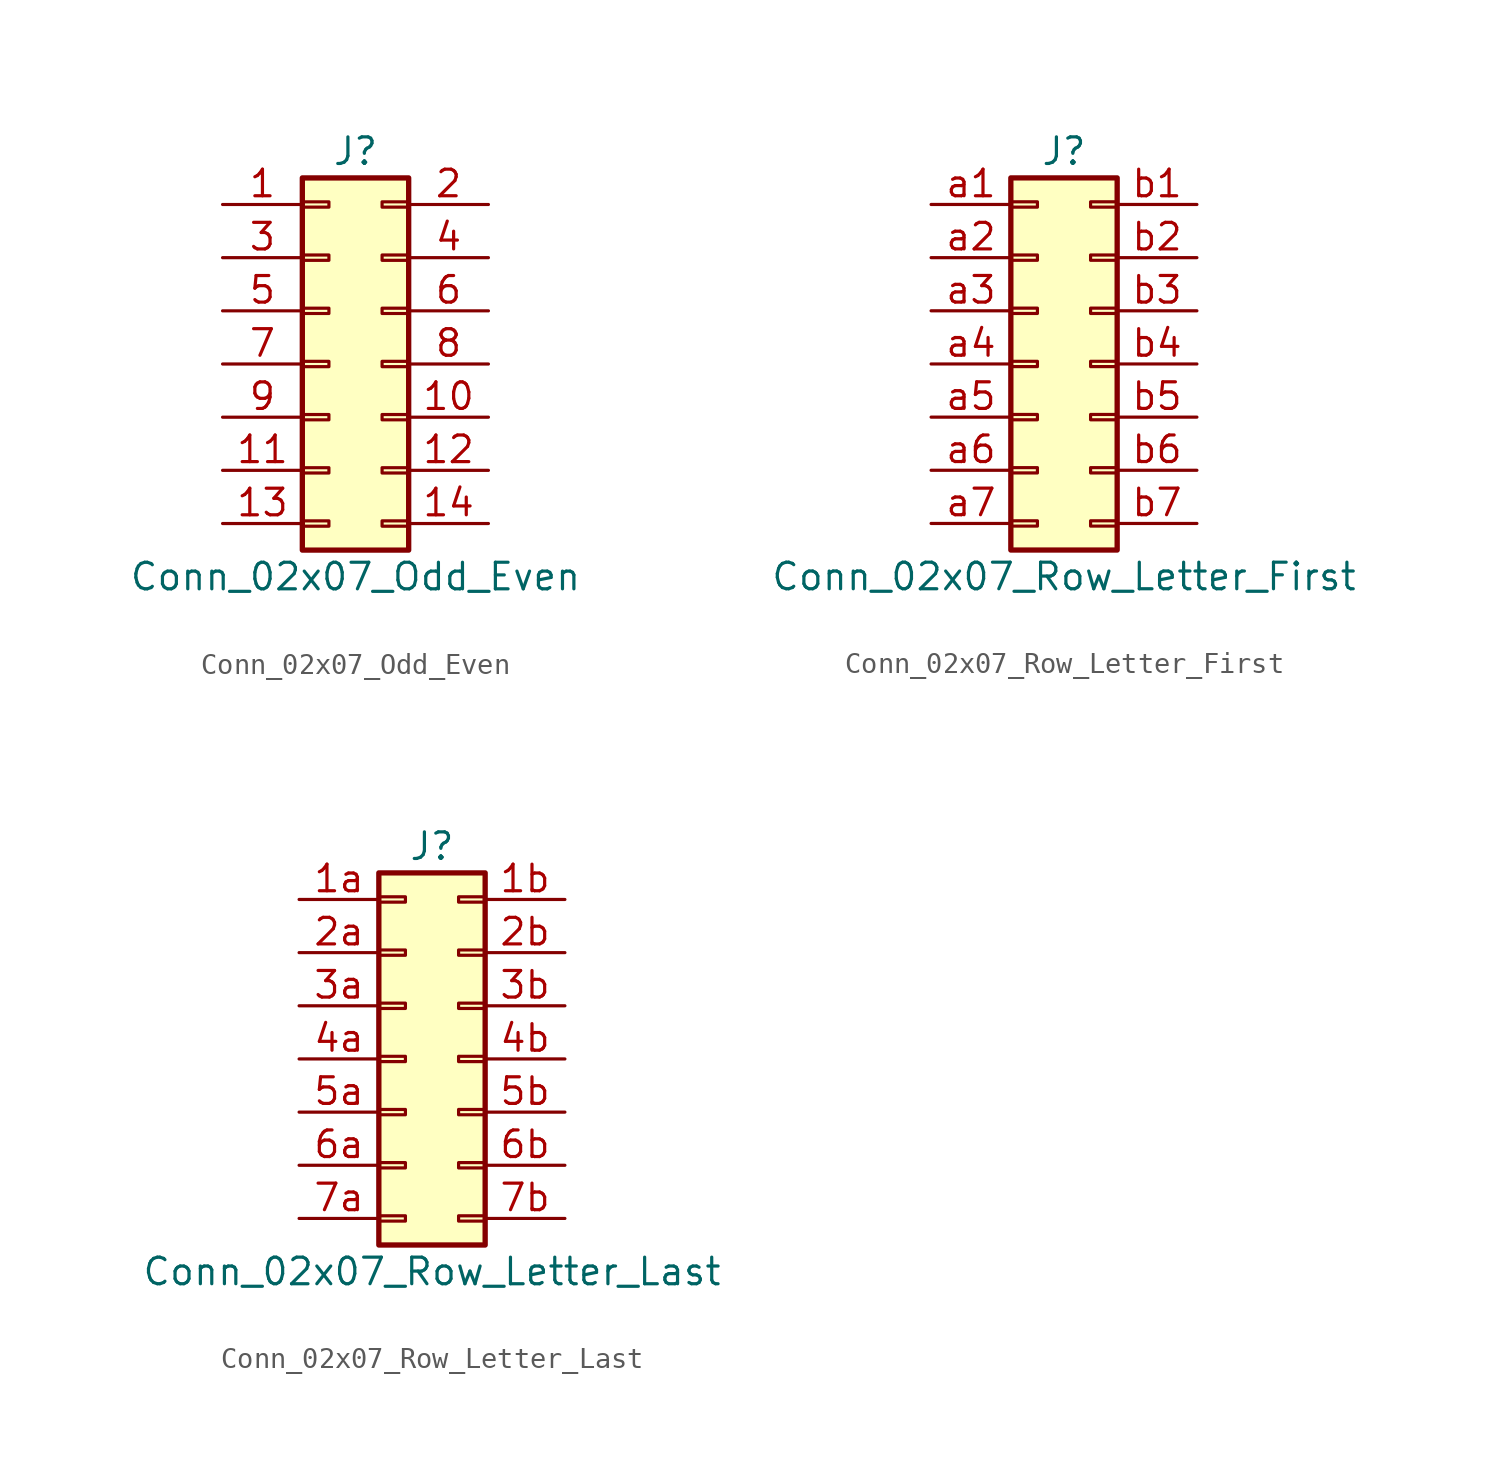
<source format=kicad_sym>
(kicad_symbol_lib
  (version 20211014)
  (generator kicad_symbol_editor)
  (symbol "Conn_02x07_Odd_Even"
    (pin_names
      (offset 1.016) hide)
    (property "Reference" "J"
      (at 1.27 10.16 0)
      (effects (font (size 1.27 1.27))))
    (property "Value" "Conn_02x07_Odd_Even"
      (at 1.27 -10.16 0)
      (effects (font (size 1.27 1.27))))
    (symbol "Conn_02x07_Odd_Even_1_1"
      (rectangle (start -1.27 -7.493) (end 0 -7.747) (stroke (width 0.152) (type default) (color 0 0 0 0)) (fill (type none)))
      (rectangle (start -1.27 -4.953) (end 0 -5.207) (stroke (width 0.152) (type default) (color 0 0 0 0)) (fill (type none)))
      (rectangle (start -1.27 -2.413) (end 0 -2.667) (stroke (width 0.152) (type default) (color 0 0 0 0)) (fill (type none)))
      (rectangle (start -1.27 0.127) (end 0 -0.127) (stroke (width 0.152) (type default) (color 0 0 0 0)) (fill (type none)))
      (rectangle (start -1.27 2.667) (end 0 2.413) (stroke (width 0.152) (type default) (color 0 0 0 0)) (fill (type none)))
      (rectangle (start -1.27 5.207) (end 0 4.953) (stroke (width 0.152) (type default) (color 0 0 0 0)) (fill (type none)))
      (rectangle (start -1.27 7.747) (end 0 7.493) (stroke (width 0.152) (type default) (color 0 0 0 0)) (fill (type none)))
      (rectangle (start -1.27 8.89) (end 3.81 -8.89) (stroke (width 0.254) (type default) (color 0 0 0 0)) (fill (type background)))
      (rectangle (start 3.81 -7.493) (end 2.54 -7.747) (stroke (width 0.152) (type default) (color 0 0 0 0)) (fill (type none)))
      (rectangle (start 3.81 -4.953) (end 2.54 -5.207) (stroke (width 0.152) (type default) (color 0 0 0 0)) (fill (type none)))
      (rectangle (start 3.81 -2.413) (end 2.54 -2.667) (stroke (width 0.152) (type default) (color 0 0 0 0)) (fill (type none)))
      (rectangle (start 3.81 0.127) (end 2.54 -0.127) (stroke (width 0.152) (type default) (color 0 0 0 0)) (fill (type none)))
      (rectangle (start 3.81 2.667) (end 2.54 2.413) (stroke (width 0.152) (type default) (color 0 0 0 0)) (fill (type none)))
      (rectangle (start 3.81 5.207) (end 2.54 4.953) (stroke (width 0.152) (type default) (color 0 0 0 0)) (fill (type none)))
      (rectangle (start 3.81 7.747) (end 2.54 7.493) (stroke (width 0.152) (type default) (color 0 0 0 0)) (fill (type none)))
      (pin passive line (at -5.08 7.62 0) (length 3.81) (name "Pin_1" (effects (font (size 1.27 1.27)))) (number "1" (effects (font (size 1.27 1.27)))))
      (pin passive line (at 7.62 -2.54 180) (length 3.81) (name "Pin_10" (effects (font (size 1.27 1.27)))) (number "10" (effects (font (size 1.27 1.27)))))
      (pin passive line (at -5.08 -5.08 0) (length 3.81) (name "Pin_11" (effects (font (size 1.27 1.27)))) (number "11" (effects (font (size 1.27 1.27)))))
      (pin passive line (at 7.62 -5.08 180) (length 3.81) (name "Pin_12" (effects (font (size 1.27 1.27)))) (number "12" (effects (font (size 1.27 1.27)))))
      (pin passive line (at -5.08 -7.62 0) (length 3.81) (name "Pin_13" (effects (font (size 1.27 1.27)))) (number "13" (effects (font (size 1.27 1.27)))))
      (pin passive line (at 7.62 -7.62 180) (length 3.81) (name "Pin_14" (effects (font (size 1.27 1.27)))) (number "14" (effects (font (size 1.27 1.27)))))
      (pin passive line (at 7.62 7.62 180) (length 3.81) (name "Pin_2" (effects (font (size 1.27 1.27)))) (number "2" (effects (font (size 1.27 1.27)))))
      (pin passive line (at -5.08 5.08 0) (length 3.81) (name "Pin_3" (effects (font (size 1.27 1.27)))) (number "3" (effects (font (size 1.27 1.27)))))
      (pin passive line (at 7.62 5.08 180) (length 3.81) (name "Pin_4" (effects (font (size 1.27 1.27)))) (number "4" (effects (font (size 1.27 1.27)))))
      (pin passive line (at -5.08 2.54 0) (length 3.81) (name "Pin_5" (effects (font (size 1.27 1.27)))) (number "5" (effects (font (size 1.27 1.27)))))
      (pin passive line (at 7.62 2.54 180) (length 3.81) (name "Pin_6" (effects (font (size 1.27 1.27)))) (number "6" (effects (font (size 1.27 1.27)))))
      (pin passive line (at -5.08 0 0) (length 3.81) (name "Pin_7" (effects (font (size 1.27 1.27)))) (number "7" (effects (font (size 1.27 1.27)))))
      (pin passive line (at 7.62 0 180) (length 3.81) (name "Pin_8" (effects (font (size 1.27 1.27)))) (number "8" (effects (font (size 1.27 1.27)))))
      (pin passive line (at -5.08 -2.54 0) (length 3.81) (name "Pin_9" (effects (font (size 1.27 1.27)))) (number "9" (effects (font (size 1.27 1.27)))))))
  (symbol "Conn_02x07_Row_Letter_First"
    (pin_names
      (offset 1.016) hide)
    (property "Reference" "J"
      (at 1.27 10.16 0)
      (effects (font (size 1.27 1.27))))
    (property "Value" "Conn_02x07_Row_Letter_First"
      (at 1.27 -10.16 0)
      (effects (font (size 1.27 1.27))))
    (symbol "Conn_02x07_Row_Letter_First_1_1"
      (rectangle (start -1.27 -7.493) (end 0 -7.747) (stroke (width 0.152) (type default) (color 0 0 0 0)) (fill (type none)))
      (rectangle (start -1.27 -4.953) (end 0 -5.207) (stroke (width 0.152) (type default) (color 0 0 0 0)) (fill (type none)))
      (rectangle (start -1.27 -2.413) (end 0 -2.667) (stroke (width 0.152) (type default) (color 0 0 0 0)) (fill (type none)))
      (rectangle (start -1.27 0.127) (end 0 -0.127) (stroke (width 0.152) (type default) (color 0 0 0 0)) (fill (type none)))
      (rectangle (start -1.27 2.667) (end 0 2.413) (stroke (width 0.152) (type default) (color 0 0 0 0)) (fill (type none)))
      (rectangle (start -1.27 5.207) (end 0 4.953) (stroke (width 0.152) (type default) (color 0 0 0 0)) (fill (type none)))
      (rectangle (start -1.27 7.747) (end 0 7.493) (stroke (width 0.152) (type default) (color 0 0 0 0)) (fill (type none)))
      (rectangle (start -1.27 8.89) (end 3.81 -8.89) (stroke (width 0.254) (type default) (color 0 0 0 0)) (fill (type background)))
      (rectangle (start 3.81 -7.493) (end 2.54 -7.747) (stroke (width 0.152) (type default) (color 0 0 0 0)) (fill (type none)))
      (rectangle (start 3.81 -4.953) (end 2.54 -5.207) (stroke (width 0.152) (type default) (color 0 0 0 0)) (fill (type none)))
      (rectangle (start 3.81 -2.413) (end 2.54 -2.667) (stroke (width 0.152) (type default) (color 0 0 0 0)) (fill (type none)))
      (rectangle (start 3.81 0.127) (end 2.54 -0.127) (stroke (width 0.152) (type default) (color 0 0 0 0)) (fill (type none)))
      (rectangle (start 3.81 2.667) (end 2.54 2.413) (stroke (width 0.152) (type default) (color 0 0 0 0)) (fill (type none)))
      (rectangle (start 3.81 5.207) (end 2.54 4.953) (stroke (width 0.152) (type default) (color 0 0 0 0)) (fill (type none)))
      (rectangle (start 3.81 7.747) (end 2.54 7.493) (stroke (width 0.152) (type default) (color 0 0 0 0)) (fill (type none)))
      (pin passive line (at -5.08 7.62 0) (length 3.81) (name "Pin_a1" (effects (font (size 1.27 1.27)))) (number "a1" (effects (font (size 1.27 1.27)))))
      (pin passive line (at -5.08 5.08 0) (length 3.81) (name "Pin_a2" (effects (font (size 1.27 1.27)))) (number "a2" (effects (font (size 1.27 1.27)))))
      (pin passive line (at -5.08 2.54 0) (length 3.81) (name "Pin_a3" (effects (font (size 1.27 1.27)))) (number "a3" (effects (font (size 1.27 1.27)))))
      (pin passive line (at -5.08 0 0) (length 3.81) (name "Pin_a4" (effects (font (size 1.27 1.27)))) (number "a4" (effects (font (size 1.27 1.27)))))
      (pin passive line (at -5.08 -2.54 0) (length 3.81) (name "Pin_a5" (effects (font (size 1.27 1.27)))) (number "a5" (effects (font (size 1.27 1.27)))))
      (pin passive line (at -5.08 -5.08 0) (length 3.81) (name "Pin_a6" (effects (font (size 1.27 1.27)))) (number "a6" (effects (font (size 1.27 1.27)))))
      (pin passive line (at -5.08 -7.62 0) (length 3.81) (name "Pin_a7" (effects (font (size 1.27 1.27)))) (number "a7" (effects (font (size 1.27 1.27)))))
      (pin passive line (at 7.62 7.62 180) (length 3.81) (name "Pin_b1" (effects (font (size 1.27 1.27)))) (number "b1" (effects (font (size 1.27 1.27)))))
      (pin passive line (at 7.62 5.08 180) (length 3.81) (name "Pin_b2" (effects (font (size 1.27 1.27)))) (number "b2" (effects (font (size 1.27 1.27)))))
      (pin passive line (at 7.62 2.54 180) (length 3.81) (name "Pin_b3" (effects (font (size 1.27 1.27)))) (number "b3" (effects (font (size 1.27 1.27)))))
      (pin passive line (at 7.62 0 180) (length 3.81) (name "Pin_b4" (effects (font (size 1.27 1.27)))) (number "b4" (effects (font (size 1.27 1.27)))))
      (pin passive line (at 7.62 -2.54 180) (length 3.81) (name "Pin_b5" (effects (font (size 1.27 1.27)))) (number "b5" (effects (font (size 1.27 1.27)))))
      (pin passive line (at 7.62 -5.08 180) (length 3.81) (name "Pin_b6" (effects (font (size 1.27 1.27)))) (number "b6" (effects (font (size 1.27 1.27)))))
      (pin passive line (at 7.62 -7.62 180) (length 3.81) (name "Pin_b7" (effects (font (size 1.27 1.27)))) (number "b7" (effects (font (size 1.27 1.27)))))))
  (symbol "Conn_02x07_Row_Letter_Last"
    (pin_names
      (offset 1.016) hide)
    (property "Reference" "J"
      (at 1.27 10.16 0)
      (effects (font (size 1.27 1.27))))
    (property "Value" "Conn_02x07_Row_Letter_Last"
      (at 1.27 -10.16 0)
      (effects (font (size 1.27 1.27))))
    (symbol "Conn_02x07_Row_Letter_Last_1_1"
      (rectangle (start -1.27 -7.493) (end 0 -7.747) (stroke (width 0.152) (type default) (color 0 0 0 0)) (fill (type none)))
      (rectangle (start -1.27 -4.953) (end 0 -5.207) (stroke (width 0.152) (type default) (color 0 0 0 0)) (fill (type none)))
      (rectangle (start -1.27 -2.413) (end 0 -2.667) (stroke (width 0.152) (type default) (color 0 0 0 0)) (fill (type none)))
      (rectangle (start -1.27 0.127) (end 0 -0.127) (stroke (width 0.152) (type default) (color 0 0 0 0)) (fill (type none)))
      (rectangle (start -1.27 2.667) (end 0 2.413) (stroke (width 0.152) (type default) (color 0 0 0 0)) (fill (type none)))
      (rectangle (start -1.27 5.207) (end 0 4.953) (stroke (width 0.152) (type default) (color 0 0 0 0)) (fill (type none)))
      (rectangle (start -1.27 7.747) (end 0 7.493) (stroke (width 0.152) (type default) (color 0 0 0 0)) (fill (type none)))
      (rectangle (start -1.27 8.89) (end 3.81 -8.89) (stroke (width 0.254) (type default) (color 0 0 0 0)) (fill (type background)))
      (rectangle (start 3.81 -7.493) (end 2.54 -7.747) (stroke (width 0.152) (type default) (color 0 0 0 0)) (fill (type none)))
      (rectangle (start 3.81 -4.953) (end 2.54 -5.207) (stroke (width 0.152) (type default) (color 0 0 0 0)) (fill (type none)))
      (rectangle (start 3.81 -2.413) (end 2.54 -2.667) (stroke (width 0.152) (type default) (color 0 0 0 0)) (fill (type none)))
      (rectangle (start 3.81 0.127) (end 2.54 -0.127) (stroke (width 0.152) (type default) (color 0 0 0 0)) (fill (type none)))
      (rectangle (start 3.81 2.667) (end 2.54 2.413) (stroke (width 0.152) (type default) (color 0 0 0 0)) (fill (type none)))
      (rectangle (start 3.81 5.207) (end 2.54 4.953) (stroke (width 0.152) (type default) (color 0 0 0 0)) (fill (type none)))
      (rectangle (start 3.81 7.747) (end 2.54 7.493) (stroke (width 0.152) (type default) (color 0 0 0 0)) (fill (type none)))
      (pin passive line (at -5.08 7.62 0) (length 3.81) (name "Pin_1a" (effects (font (size 1.27 1.27)))) (number "1a" (effects (font (size 1.27 1.27)))))
      (pin passive line (at 7.62 7.62 180) (length 3.81) (name "Pin_1b" (effects (font (size 1.27 1.27)))) (number "1b" (effects (font (size 1.27 1.27)))))
      (pin passive line (at -5.08 5.08 0) (length 3.81) (name "Pin_2a" (effects (font (size 1.27 1.27)))) (number "2a" (effects (font (size 1.27 1.27)))))
      (pin passive line (at 7.62 5.08 180) (length 3.81) (name "Pin_2b" (effects (font (size 1.27 1.27)))) (number "2b" (effects (font (size 1.27 1.27)))))
      (pin passive line (at -5.08 2.54 0) (length 3.81) (name "Pin_3a" (effects (font (size 1.27 1.27)))) (number "3a" (effects (font (size 1.27 1.27)))))
      (pin passive line (at 7.62 2.54 180) (length 3.81) (name "Pin_3b" (effects (font (size 1.27 1.27)))) (number "3b" (effects (font (size 1.27 1.27)))))
      (pin passive line (at -5.08 0 0) (length 3.81) (name "Pin_4a" (effects (font (size 1.27 1.27)))) (number "4a" (effects (font (size 1.27 1.27)))))
      (pin passive line (at 7.62 0 180) (length 3.81) (name "Pin_4b" (effects (font (size 1.27 1.27)))) (number "4b" (effects (font (size 1.27 1.27)))))
      (pin passive line (at -5.08 -2.54 0) (length 3.81) (name "Pin_5a" (effects (font (size 1.27 1.27)))) (number "5a" (effects (font (size 1.27 1.27)))))
      (pin passive line (at 7.62 -2.54 180) (length 3.81) (name "Pin_5b" (effects (font (size 1.27 1.27)))) (number "5b" (effects (font (size 1.27 1.27)))))
      (pin passive line (at -5.08 -5.08 0) (length 3.81) (name "Pin_6a" (effects (font (size 1.27 1.27)))) (number "6a" (effects (font (size 1.27 1.27)))))
      (pin passive line (at 7.62 -5.08 180) (length 3.81) (name "Pin_6b" (effects (font (size 1.27 1.27)))) (number "6b" (effects (font (size 1.27 1.27)))))
      (pin passive line (at -5.08 -7.62 0) (length 3.81) (name "Pin_7a" (effects (font (size 1.27 1.27)))) (number "7a" (effects (font (size 1.27 1.27)))))
      (pin passive line (at 7.62 -7.62 180) (length 3.81) (name "Pin_7b" (effects (font (size 1.27 1.27)))) (number "7b" (effects (font (size 1.27 1.27))))))))
</source>
